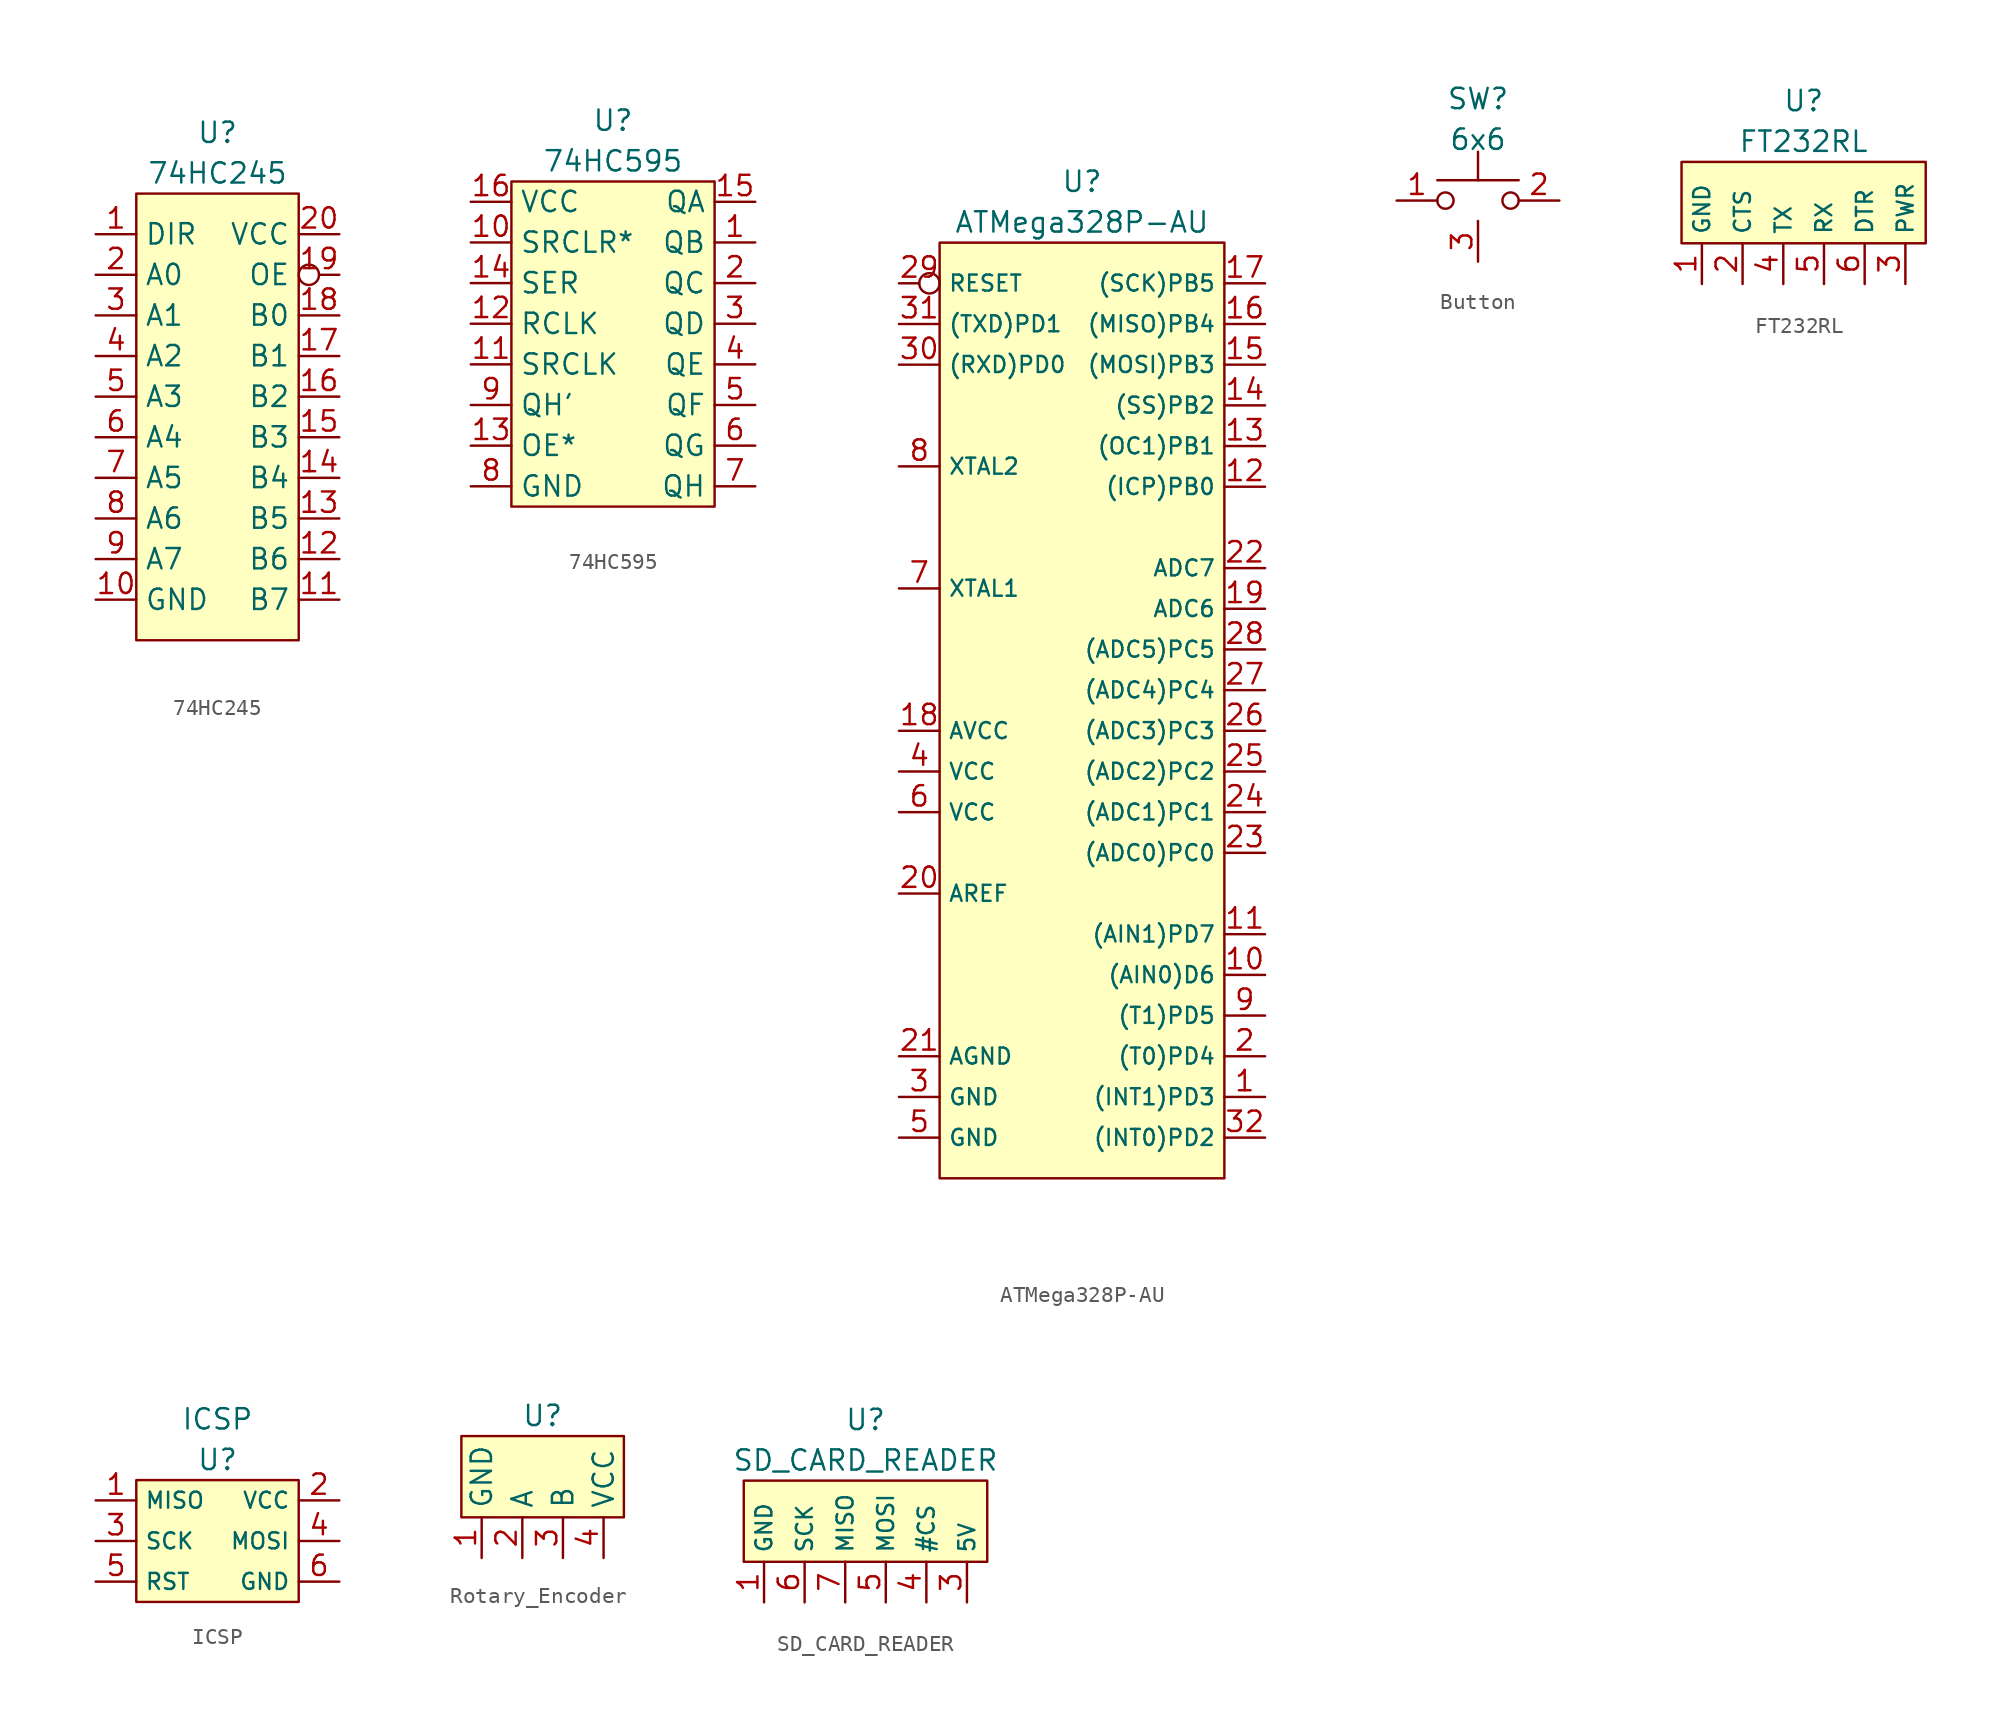
<source format=kicad_sym>
(kicad_symbol_lib
  (version 20220914)
  (generator kicad_symbol_editor)
  (symbol "74HC245"
    (property "Reference" "U"
      (at 0 16.51 0)
      (effects (font (size 1.27 1.27))))
    (property "Value" "74HC245"
      (at 0 13.97 0)
      (effects (font (size 1.27 1.27))))
    (symbol "74HC245_1_1"
      (rectangle (start -5.08 12.7) (end 5.08 -15.24) (stroke (width 0) (type default)) (fill (type background)))
      (pin input line (at -7.62 10.16 0) (length 2.54) (name "DIR" (effects (font (size 1.27 1.27)))) (number "1" (effects (font (size 1.27 1.27)))))
      (pin input line (at -7.62 -12.7 0) (length 2.54) (name "GND" (effects (font (size 1.27 1.27)))) (number "10" (effects (font (size 1.27 1.27)))))
      (pin input line (at 7.62 -12.7 180) (length 2.54) (name "B7" (effects (font (size 1.27 1.27)))) (number "11" (effects (font (size 1.27 1.27)))))
      (pin tri_state line (at 7.62 -10.16 180) (length 2.54) (name "B6" (effects (font (size 1.27 1.27)))) (number "12" (effects (font (size 1.27 1.27)))))
      (pin tri_state line (at 7.62 -7.62 180) (length 2.54) (name "B5" (effects (font (size 1.27 1.27)))) (number "13" (effects (font (size 1.27 1.27)))))
      (pin tri_state line (at 7.62 -5.08 180) (length 2.54) (name "B4" (effects (font (size 1.27 1.27)))) (number "14" (effects (font (size 1.27 1.27)))))
      (pin tri_state line (at 7.62 -2.54 180) (length 2.54) (name "B3" (effects (font (size 1.27 1.27)))) (number "15" (effects (font (size 1.27 1.27)))))
      (pin tri_state line (at 7.62 0 180) (length 2.54) (name "B2" (effects (font (size 1.27 1.27)))) (number "16" (effects (font (size 1.27 1.27)))))
      (pin tri_state line (at 7.62 2.54 180) (length 2.54) (name "B1" (effects (font (size 1.27 1.27)))) (number "17" (effects (font (size 1.27 1.27)))))
      (pin tri_state line (at 7.62 5.08 180) (length 2.54) (name "B0" (effects (font (size 1.27 1.27)))) (number "18" (effects (font (size 1.27 1.27)))))
      (pin input inverted (at 7.62 7.62 180) (length 2.54) (name "OE" (effects (font (size 1.27 1.27)))) (number "19" (effects (font (size 1.27 1.27)))))
      (pin tri_state line (at -7.62 7.62 0) (length 2.54) (name "A0" (effects (font (size 1.27 1.27)))) (number "2" (effects (font (size 1.27 1.27)))))
      (pin input line (at 7.62 10.16 180) (length 2.54) (name "VCC" (effects (font (size 1.27 1.27)))) (number "20" (effects (font (size 1.27 1.27)))))
      (pin tri_state line (at -7.62 5.08 0) (length 2.54) (name "A1" (effects (font (size 1.27 1.27)))) (number "3" (effects (font (size 1.27 1.27)))))
      (pin tri_state line (at -7.62 2.54 0) (length 2.54) (name "A2" (effects (font (size 1.27 1.27)))) (number "4" (effects (font (size 1.27 1.27)))))
      (pin tri_state line (at -7.62 0 0) (length 2.54) (name "A3" (effects (font (size 1.27 1.27)))) (number "5" (effects (font (size 1.27 1.27)))))
      (pin tri_state line (at -7.62 -2.54 0) (length 2.54) (name "A4" (effects (font (size 1.27 1.27)))) (number "6" (effects (font (size 1.27 1.27)))))
      (pin tri_state line (at -7.62 -5.08 0) (length 2.54) (name "A5" (effects (font (size 1.27 1.27)))) (number "7" (effects (font (size 1.27 1.27)))))
      (pin tri_state line (at -7.62 -7.62 0) (length 2.54) (name "A6" (effects (font (size 1.27 1.27)))) (number "8" (effects (font (size 1.27 1.27)))))
      (pin tri_state line (at -7.62 -10.16 0) (length 2.54) (name "A7" (effects (font (size 1.27 1.27)))) (number "9" (effects (font (size 1.27 1.27)))))))
  (symbol "74HC595"
    (property "Reference" "U"
      (at 0 12.7 0)
      (effects (font (size 1.27 1.27))))
    (property "Value" "74HC595"
      (at 0 10.16 0)
      (effects (font (size 1.27 1.27))))
    (symbol "74HC595_1_1"
      (rectangle (start -6.35 8.89) (end 6.35 -11.43) (stroke (width 0) (type default)) (fill (type background)))
      (pin output line (at 8.89 5.08 180) (length 2.54) (name "QB" (effects (font (size 1.27 1.27)))) (number "1" (effects (font (size 1.27 1.27)))))
      (pin input line (at -8.89 5.08 0) (length 2.54) (name "SRCLR*" (effects (font (size 1.27 1.27)))) (number "10" (effects (font (size 1.27 1.27)))))
      (pin input line (at -8.89 -2.54 0) (length 2.54) (name "SRCLK" (effects (font (size 1.27 1.27)))) (number "11" (effects (font (size 1.27 1.27)))))
      (pin input line (at -8.89 0 0) (length 2.54) (name "RCLK" (effects (font (size 1.27 1.27)))) (number "12" (effects (font (size 1.27 1.27)))))
      (pin input line (at -8.89 -7.62 0) (length 2.54) (name "OE*" (effects (font (size 1.27 1.27)))) (number "13" (effects (font (size 1.27 1.27)))))
      (pin input line (at -8.89 2.54 0) (length 2.54) (name "SER" (effects (font (size 1.27 1.27)))) (number "14" (effects (font (size 1.27 1.27)))))
      (pin output line (at 8.89 7.62 180) (length 2.54) (name "QA" (effects (font (size 1.27 1.27)))) (number "15" (effects (font (size 1.27 1.27)))))
      (pin input line (at -8.89 7.62 0) (length 2.54) (name "VCC" (effects (font (size 1.27 1.27)))) (number "16" (effects (font (size 1.27 1.27)))))
      (pin output line (at 8.89 2.54 180) (length 2.54) (name "QC" (effects (font (size 1.27 1.27)))) (number "2" (effects (font (size 1.27 1.27)))))
      (pin output line (at 8.89 0 180) (length 2.54) (name "QD" (effects (font (size 1.27 1.27)))) (number "3" (effects (font (size 1.27 1.27)))))
      (pin output line (at 8.89 -2.54 180) (length 2.54) (name "QE" (effects (font (size 1.27 1.27)))) (number "4" (effects (font (size 1.27 1.27)))))
      (pin output line (at 8.89 -5.08 180) (length 2.54) (name "QF" (effects (font (size 1.27 1.27)))) (number "5" (effects (font (size 1.27 1.27)))))
      (pin output line (at 8.89 -7.62 180) (length 2.54) (name "QG" (effects (font (size 1.27 1.27)))) (number "6" (effects (font (size 1.27 1.27)))))
      (pin output line (at 8.89 -10.16 180) (length 2.54) (name "QH" (effects (font (size 1.27 1.27)))) (number "7" (effects (font (size 1.27 1.27)))))
      (pin input line (at -8.89 -10.16 0) (length 2.54) (name "GND" (effects (font (size 1.27 1.27)))) (number "8" (effects (font (size 1.27 1.27)))))
      (pin output line (at -8.89 -5.08 0) (length 2.54) (name "QH'" (effects (font (size 1.27 1.27)))) (number "9" (effects (font (size 1.27 1.27)))))))
  (symbol "ATMega328P-AU"
    (property "Reference" "U"
      (at 0 33.02 0)
      (effects (font (size 1.27 1.27))))
    (property "Value" "ATMega328P-AU"
      (at 0 30.48 0)
      (effects (font (size 1.27 1.27))))
    (symbol "ATMega328P-AU_1_1"
      (rectangle (start -8.89 29.21) (end 8.89 -29.21) (stroke (width 0) (type default)) (fill (type background)))
      (pin bidirectional line (at 11.43 -24.13 180) (length 2.54) (name "(INT1)PD3" (effects (font (size 1 1)))) (number "1" (effects (font (size 1.27 1.27)))))
      (pin bidirectional line (at 11.43 -16.51 180) (length 2.54) (name "(AIN0)D6" (effects (font (size 1 1)))) (number "10" (effects (font (size 1.27 1.27)))))
      (pin bidirectional line (at 11.43 -13.97 180) (length 2.54) (name "(AIN1)PD7" (effects (font (size 1 1)))) (number "11" (effects (font (size 1.27 1.27)))))
      (pin bidirectional line (at 11.43 13.97 180) (length 2.54) (name "(ICP)PB0" (effects (font (size 1 1)))) (number "12" (effects (font (size 1.27 1.27)))))
      (pin bidirectional line (at 11.43 16.51 180) (length 2.54) (name "(OC1)PB1" (effects (font (size 1 1)))) (number "13" (effects (font (size 1.27 1.27)))))
      (pin bidirectional line (at 11.43 19.05 180) (length 2.54) (name "(SS)PB2" (effects (font (size 1 1)))) (number "14" (effects (font (size 1.27 1.27)))))
      (pin bidirectional line (at 11.43 21.59 180) (length 2.54) (name "(MOSI)PB3" (effects (font (size 1 1)))) (number "15" (effects (font (size 1.27 1.27)))))
      (pin bidirectional line (at 11.43 24.13 180) (length 2.54) (name "(MISO)PB4" (effects (font (size 1 1)))) (number "16" (effects (font (size 1.27 1.27)))))
      (pin bidirectional line (at 11.43 26.67 180) (length 2.54) (name "(SCK)PB5" (effects (font (size 1 1)))) (number "17" (effects (font (size 1.27 1.27)))))
      (pin input line (at -11.43 -1.27 0) (length 2.54) (name "AVCC" (effects (font (size 1 1)))) (number "18" (effects (font (size 1.27 1.27)))))
      (pin bidirectional line (at 11.43 6.35 180) (length 2.54) (name "ADC6" (effects (font (size 1 1)))) (number "19" (effects (font (size 1.27 1.27)))))
      (pin bidirectional line (at 11.43 -21.59 180) (length 2.54) (name "(T0)PD4" (effects (font (size 1 1)))) (number "2" (effects (font (size 1.27 1.27)))))
      (pin input line (at -11.43 -11.43 0) (length 2.54) (name "AREF" (effects (font (size 1 1)))) (number "20" (effects (font (size 1.27 1.27)))))
      (pin input line (at -11.43 -21.59 0) (length 2.54) (name "AGND" (effects (font (size 1 1)))) (number "21" (effects (font (size 1.27 1.27)))))
      (pin bidirectional line (at 11.43 8.89 180) (length 2.54) (name "ADC7" (effects (font (size 1 1)))) (number "22" (effects (font (size 1.27 1.27)))))
      (pin bidirectional line (at 11.43 -8.89 180) (length 2.54) (name "(ADC0)PC0" (effects (font (size 1 1)))) (number "23" (effects (font (size 1.27 1.27)))))
      (pin bidirectional line (at 11.43 -6.35 180) (length 2.54) (name "(ADC1)PC1" (effects (font (size 1 1)))) (number "24" (effects (font (size 1.27 1.27)))))
      (pin bidirectional line (at 11.43 -3.81 180) (length 2.54) (name "(ADC2)PC2" (effects (font (size 1 1)))) (number "25" (effects (font (size 1.27 1.27)))))
      (pin bidirectional line (at 11.43 -1.27 180) (length 2.54) (name "(ADC3)PC3" (effects (font (size 1 1)))) (number "26" (effects (font (size 1.27 1.27)))))
      (pin bidirectional line (at 11.43 1.27 180) (length 2.54) (name "(ADC4)PC4" (effects (font (size 1 1)))) (number "27" (effects (font (size 1.27 1.27)))))
      (pin bidirectional line (at 11.43 3.81 180) (length 2.54) (name "(ADC5)PC5" (effects (font (size 1 1)))) (number "28" (effects (font (size 1.27 1.27)))))
      (pin input inverted (at -11.43 26.67 0) (length 2.54) (name "RESET" (effects (font (size 1 1)))) (number "29" (effects (font (size 1.27 1.27)))))
      (pin input line (at -11.43 -24.13 0) (length 2.54) (name "GND" (effects (font (size 1 1)))) (number "3" (effects (font (size 1.27 1.27)))))
      (pin bidirectional line (at -11.43 21.59 0) (length 2.54) (name "(RXD)PD0" (effects (font (size 1 1)))) (number "30" (effects (font (size 1.27 1.27)))))
      (pin bidirectional line (at -11.43 24.13 0) (length 2.54) (name "(TXD)PD1" (effects (font (size 1 1)))) (number "31" (effects (font (size 1.27 1.27)))))
      (pin bidirectional line (at 11.43 -26.67 180) (length 2.54) (name "(INT0)PD2" (effects (font (size 1 1)))) (number "32" (effects (font (size 1.27 1.27)))))
      (pin input line (at -11.43 -3.81 0) (length 2.54) (name "VCC" (effects (font (size 1 1)))) (number "4" (effects (font (size 1.27 1.27)))))
      (pin input line (at -11.43 -26.67 0) (length 2.54) (name "GND" (effects (font (size 1 1)))) (number "5" (effects (font (size 1.27 1.27)))))
      (pin input line (at -11.43 -6.35 0) (length 2.54) (name "VCC" (effects (font (size 1 1)))) (number "6" (effects (font (size 1.27 1.27)))))
      (pin input line (at -11.43 7.62 0) (length 2.54) (name "XTAL1" (effects (font (size 1 1)))) (number "7" (effects (font (size 1.27 1.27)))))
      (pin input line (at -11.43 15.24 0) (length 2.54) (name "XTAL2" (effects (font (size 1 1)))) (number "8" (effects (font (size 1.27 1.27)))))
      (pin bidirectional line (at 11.43 -19.05 180) (length 2.54) (name "(T1)PD5" (effects (font (size 1 1)))) (number "9" (effects (font (size 1.27 1.27)))))))
  (symbol "Button"
    (pin_names hide)
    (property "Reference" "SW"
      (at 0 5.08 0)
      (effects (font (size 1.27 1.27))))
    (property "Value" "6x6"
      (at 0 2.54 0)
      (effects (font (size 1.27 1.27))))
    (symbol "Button_0_1"
      (circle (center -2.032 -1.27) (radius 0.508) (stroke (width 0) (type default)) (fill (type none)))
      (polyline (pts (xy 0 0) (xy 0 1.778)) (stroke (width 0) (type default)) (fill (type none)))
      (polyline (pts (xy 2.54 0) (xy -2.54 0)) (stroke (width 0) (type default)) (fill (type none)))
      (circle (center 2.032 -1.27) (radius 0.508) (stroke (width 0) (type default)) (fill (type none)))
      (pin passive line (at 5.08 -1.27 180) (length 2.54) (name "2" (effects (font (size 1.27 1.27)))) (number "2" (effects (font (size 1.27 1.27))))))
    (symbol "Button_1_1"
      (pin passive line (at -5.08 -1.27 0) (length 2.54) (name "1" (effects (font (size 1.27 1.27)))) (number "1" (effects (font (size 1.27 1.27)))))
      (pin passive line (at 0 -5.08 90) (length 2.54) (name "GND" (effects (font (size 1.27 1.27)))) (number "3" (effects (font (size 1.27 1.27)))))))
  (symbol "FT232RL"
    (property "Reference" "U"
      (at 0 6.35 0)
      (effects (font (size 1.27 1.27))))
    (property "Value" "FT232RL"
      (at 0 3.81 0)
      (effects (font (size 1.27 1.27))))
    (symbol "FT232RL_1_1"
      (rectangle (start -7.62 2.54) (end 7.62 -2.54) (stroke (width 0) (type default)) (fill (type background)))
      (pin input line (at -6.35 -5.08 90) (length 2.54) (name "GND" (effects (font (size 1 1)))) (number "1" (effects (font (size 1.27 1.27)))))
      (pin input line (at -3.81 -5.08 90) (length 2.54) (name "CTS" (effects (font (size 1 1)))) (number "2" (effects (font (size 1.27 1.27)))))
      (pin input line (at 6.35 -5.08 90) (length 2.54) (name "PWR" (effects (font (size 1 1)))) (number "3" (effects (font (size 1.27 1.27)))))
      (pin input line (at -1.27 -5.08 90) (length 2.54) (name "TX" (effects (font (size 1 1)))) (number "4" (effects (font (size 1.27 1.27)))))
      (pin input line (at 1.27 -5.08 90) (length 2.54) (name "RX" (effects (font (size 1 1)))) (number "5" (effects (font (size 1.27 1.27)))))
      (pin input line (at 3.81 -5.08 90) (length 2.54) (name "DTR" (effects (font (size 1 1)))) (number "6" (effects (font (size 1.27 1.27)))))))
  (symbol "ICSP"
    (property "Reference" "U"
      (at 0 5.08 0)
      (effects (font (size 1.27 1.27))))
    (property "Value" "ICSP"
      (at 0 7.62 0)
      (effects (font (size 1.27 1.27))))
    (symbol "ICSP_1_1"
      (rectangle (start -5.08 3.81) (end 5.08 -3.81) (stroke (width 0) (type default)) (fill (type background)))
      (pin input line (at -7.62 2.54 0) (length 2.54) (name "MISO" (effects (font (size 1 1)))) (number "1" (effects (font (size 1.27 1.27)))))
      (pin input line (at 7.62 2.54 180) (length 2.54) (name "VCC" (effects (font (size 1 1)))) (number "2" (effects (font (size 1.27 1.27)))))
      (pin input line (at -7.62 0 0) (length 2.54) (name "SCK" (effects (font (size 1 1)))) (number "3" (effects (font (size 1.27 1.27)))))
      (pin input line (at 7.62 0 180) (length 2.54) (name "MOSI" (effects (font (size 1 1)))) (number "4" (effects (font (size 1.27 1.27)))))
      (pin input line (at -7.62 -2.54 0) (length 2.54) (name "RST" (effects (font (size 1 1)))) (number "5" (effects (font (size 1.27 1.27)))))
      (pin input line (at 7.62 -2.54 180) (length 2.54) (name "GND" (effects (font (size 1 1)))) (number "6" (effects (font (size 1.27 1.27)))))))
  (symbol "Rotary_Encoder"
    (property "Reference" "U"
      (at 0 3.81 0)
      (effects (font (size 1.27 1.27))))
    (property "Value" ""
      (at 1.27 -1.27 0)
      (effects (font (size 1.27 1.27))))
    (symbol "Rotary_Encoder_1_1"
      (rectangle (start -5.08 2.54) (end 5.08 -2.54) (stroke (width 0) (type default)) (fill (type background)))
      (pin input line (at -3.81 -5.08 90) (length 2.54) (name "GND" (effects (font (size 1.27 1.27)))) (number "1" (effects (font (size 1.27 1.27)))))
      (pin input line (at -1.27 -5.08 90) (length 2.54) (name "A" (effects (font (size 1.27 1.27)))) (number "2" (effects (font (size 1.27 1.27)))))
      (pin input line (at 1.27 -5.08 90) (length 2.54) (name "B" (effects (font (size 1.27 1.27)))) (number "3" (effects (font (size 1.27 1.27)))))
      (pin input line (at 3.81 -5.08 90) (length 2.54) (name "VCC" (effects (font (size 1.27 1.27)))) (number "4" (effects (font (size 1.27 1.27)))))))
  (symbol "SD_CARD_READER"
    (property "Reference" "U"
      (at 0 6.35 0)
      (effects (font (size 1.27 1.27))))
    (property "Value" "SD_CARD_READER"
      (at 0 3.81 0)
      (effects (font (size 1.27 1.27))))
    (symbol "SD_CARD_READER_1_1"
      (rectangle (start -7.62 2.54) (end 7.62 -2.54) (stroke (width 0) (type default)) (fill (type background)))
      (pin output line (at -6.35 -5.08 90) (length 2.54) (name "GND" (effects (font (size 1 1)))) (number "1" (effects (font (size 1.27 1.27)))))
      (pin output line (at 6.35 -5.08 90) (length 2.54) (name "5V" (effects (font (size 1 1)))) (number "3" (effects (font (size 1.27 1.27)))))
      (pin input line (at 3.81 -5.08 90) (length 2.54) (name "#CS" (effects (font (size 1 1)))) (number "4" (effects (font (size 1.27 1.27)))))
      (pin input line (at 1.27 -5.08 90) (length 2.54) (name "MOSI" (effects (font (size 1 1)))) (number "5" (effects (font (size 1.27 1.27)))))
      (pin input line (at -3.81 -5.08 90) (length 2.54) (name "SCK" (effects (font (size 1 1)))) (number "6" (effects (font (size 1.27 1.27)))))
      (pin input line (at -1.27 -5.08 90) (length 2.54) (name "MISO" (effects (font (size 1 1)))) (number "7" (effects (font (size 1.27 1.27))))))))
</source>
